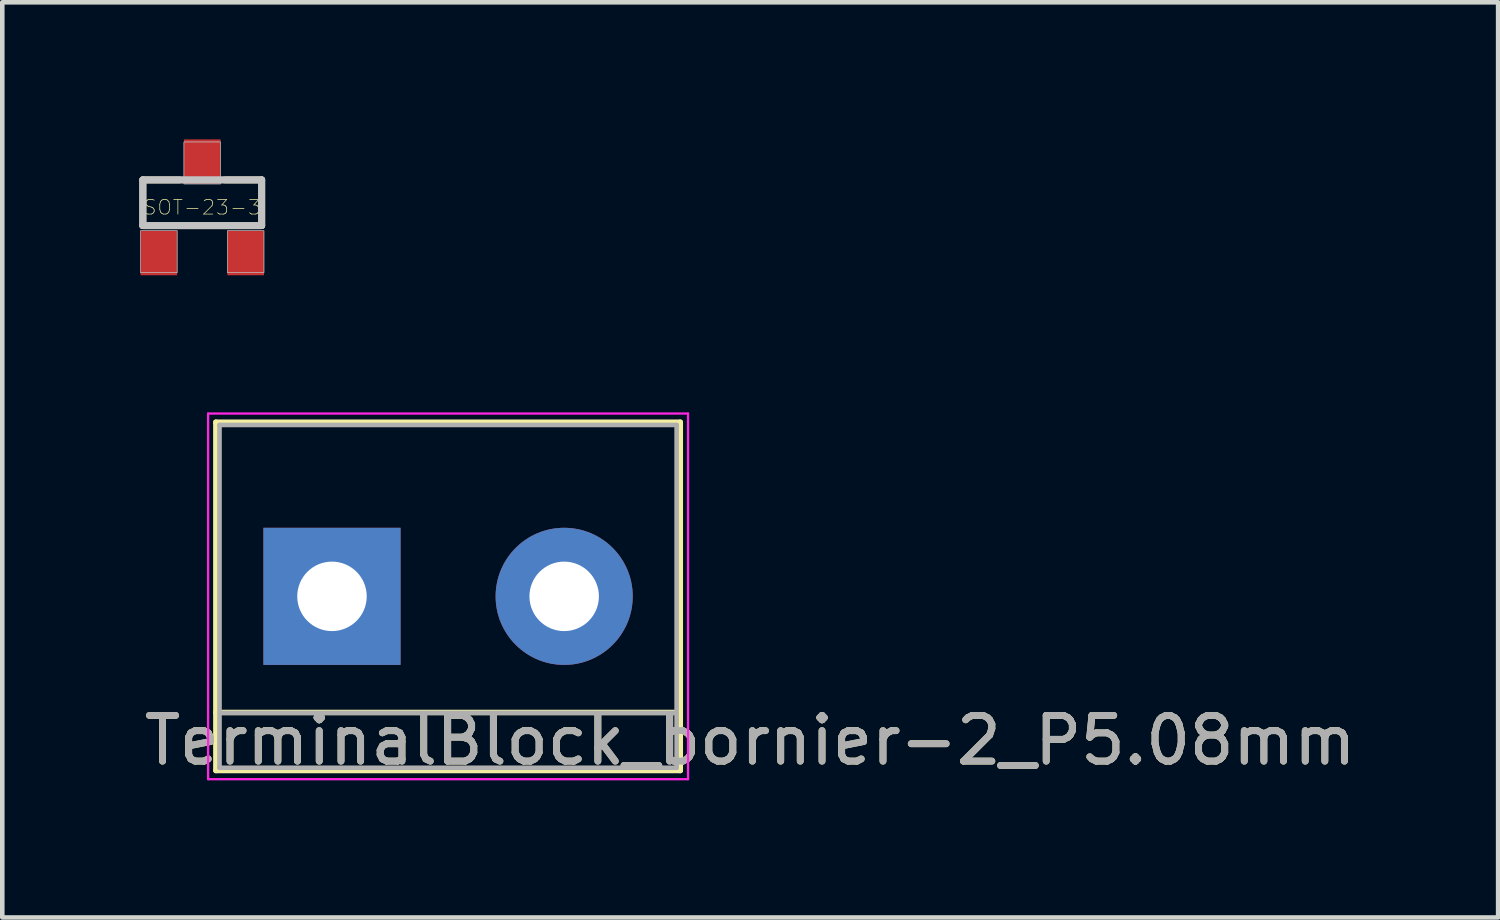
<source format=kicad_pcb>
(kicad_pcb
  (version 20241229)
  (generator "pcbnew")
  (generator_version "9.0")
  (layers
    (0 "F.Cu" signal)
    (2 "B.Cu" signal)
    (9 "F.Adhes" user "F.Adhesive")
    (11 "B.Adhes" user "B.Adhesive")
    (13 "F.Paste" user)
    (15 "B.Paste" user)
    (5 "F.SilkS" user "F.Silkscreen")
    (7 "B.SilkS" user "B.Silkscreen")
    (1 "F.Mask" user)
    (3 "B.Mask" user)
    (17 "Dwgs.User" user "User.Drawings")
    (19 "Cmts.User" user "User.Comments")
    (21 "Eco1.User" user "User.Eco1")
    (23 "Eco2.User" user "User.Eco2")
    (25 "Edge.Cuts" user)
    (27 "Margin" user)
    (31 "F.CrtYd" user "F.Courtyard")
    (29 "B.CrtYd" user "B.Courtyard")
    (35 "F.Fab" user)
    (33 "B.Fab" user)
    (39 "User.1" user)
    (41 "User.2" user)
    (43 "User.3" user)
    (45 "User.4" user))
  (footprint "TerminalBlock_bornier-2_P5.08mm"
    (layer "F.Cu")
    (at 4.213 9.997)
    (property "Reference" "TerminalBlock_bornier-2_P5.08mm" (at 9.15 3.15 0) (layer "F.SilkS") (effects (font (size 1 1) (thickness 0.15))))
    (attr through_hole)
    (fp_line (start -2.54 -3.81) (end -2.54 3.81) (stroke (width 0.12) (type solid)) (layer "F.SilkS"))
    (fp_line (start -2.54 3.81) (end 7.62 3.81) (stroke (width 0.12) (type solid)) (layer "F.SilkS"))
    (fp_line (start 7.62 -3.81) (end -2.54 -3.81) (stroke (width 0.12) (type solid)) (layer "F.SilkS"))
    (fp_line (start 7.62 2.54) (end -2.54 2.54) (stroke (width 0.12) (type solid)) (layer "F.SilkS"))
    (fp_line (start 7.62 3.81) (end 7.62 -3.81) (stroke (width 0.12) (type solid)) (layer "F.SilkS"))
    (fp_line (start -2.71 -4) (end -2.71 4) (stroke (width 0.05) (type solid)) (layer "F.CrtYd"))
    (fp_line (start -2.71 -4) (end 7.79 -4) (stroke (width 0.05) (type solid)) (layer "F.CrtYd"))
    (fp_line (start 7.79 4) (end -2.71 4) (stroke (width 0.05) (type solid)) (layer "F.CrtYd"))
    (fp_line (start 7.79 4) (end 7.79 -4) (stroke (width 0.05) (type solid)) (layer "F.CrtYd"))
    (fp_line (start -2.46 -3.75) (end -2.46 3.75) (stroke (width 0.1) (type solid)) (layer "F.Fab"))
    (fp_line (start -2.46 3.75) (end 7.54 3.75) (stroke (width 0.1) (type solid)) (layer "F.Fab"))
    (fp_line (start -2.41 2.55) (end 7.49 2.55) (stroke (width 0.1) (type solid)) (layer "F.Fab"))
    (fp_line (start 7.54 -3.75) (end -2.46 -3.75) (stroke (width 0.1) (type solid)) (layer "F.Fab"))
    (fp_line (start 7.54 3.75) (end 7.54 -3.75) (stroke (width 0.1) (type solid)) (layer "F.Fab"))
    (fp_text user "${REFERENCE}" (at 9.15 3.15 0) (layer "F.Fab") (effects (font (size 1 1) (thickness 0.15))))
    (pad "1" thru_hole rect (at 0 0) (size 3 3) (drill 1.52) (layers "*.Cu" "*.Mask"))
    (pad "2" thru_hole circle (at 5.08 0) (size 3 3) (drill 1.52) (layers "*.Cu" "*.Mask")))
  (footprint "SOT-23-3"
    (layer "F.Cu")
    (at 1.375 1.486)
    (property "Reference" "SOT-23-3" (at 0 0 0) (layer "F.SilkS") (effects (font (size 0.32 0.32) (thickness 0.015))))
    (attr through_hole)
    (fp_line (start -1.3 -0.6) (end -1.3 0.4) (stroke (width 0.15) (type solid)) (layer "F.SilkS"))
    (fp_line (start -1.3 0.4) (end 1.3 0.4) (stroke (width 0.15) (type solid)) (layer "F.SilkS"))
    (fp_line (start -0.5 -0.6) (end -1.3 -0.6) (stroke (width 0.15) (type solid)) (layer "F.SilkS"))
    (fp_line (start 1.3 -0.6) (end 0.5 -0.6) (stroke (width 0.15) (type solid)) (layer "F.SilkS"))
    (fp_line (start 1.3 0.4) (end 1.3 -0.6) (stroke (width 0.15) (type solid)) (layer "F.SilkS"))
    (fp_line (start -1.3 -0.6) (end -1.3 0.4) (stroke (width 0.15) (type solid)) (layer "Dwgs.User"))
    (fp_line (start -1.3 -0.6) (end 1.3 -0.6) (stroke (width 0.15) (type solid)) (layer "Dwgs.User"))
    (fp_line (start -1.3 0.4) (end 1.3 0.4) (stroke (width 0.15) (type solid)) (layer "Dwgs.User"))
    (fp_line (start 1.3 0.4) (end 1.3 -0.6) (stroke (width 0.15) (type solid)) (layer "Dwgs.User"))
    (fp_poly (pts (xy -1.351 0.51) (xy -0.55 0.51) (xy -0.55 1.431) (xy -1.351 1.431)) (stroke (width 0.01) (type solid)) (fill no) (layer "Dwgs.User"))
    (fp_poly (pts (xy -0.401 -1.43) (xy 0.4 -1.43) (xy 0.4 -0.511) (xy -0.401 -0.511)) (stroke (width 0.01) (type solid)) (fill no) (layer "Dwgs.User"))
    (fp_poly (pts (xy 0.551 0.51) (xy 1.35 0.51) (xy 1.35 1.432) (xy 0.551 1.432)) (stroke (width 0.01) (type solid)) (fill no) (layer "Dwgs.User"))
    (fp_line (start -1.3 -0.6) (end -1.3 0.4) (stroke (width 0.15) (type solid)) (layer "F.Fab"))
    (fp_line (start -1.3 -0.6) (end 1.3 -0.6) (stroke (width 0.15) (type solid)) (layer "F.Fab"))
    (fp_line (start -1.3 0.4) (end 1.3 0.4) (stroke (width 0.15) (type solid)) (layer "F.Fab"))
    (fp_line (start 1.3 0.4) (end 1.3 -0.6) (stroke (width 0.15) (type solid)) (layer "F.Fab"))
    (fp_poly (pts (xy -1.351 0.51) (xy -0.55 0.51) (xy -0.55 1.431) (xy -1.351 1.431)) (stroke (width 0.01) (type solid)) (fill no) (layer "F.Fab"))
    (fp_poly (pts (xy -0.401 -1.43) (xy 0.4 -1.43) (xy 0.4 -0.511) (xy -0.401 -0.511)) (stroke (width 0.01) (type solid)) (fill no) (layer "F.Fab"))
    (fp_poly (pts (xy 0.551 0.51) (xy 1.35 0.51) (xy 1.35 1.432) (xy 0.551 1.432)) (stroke (width 0.01) (type solid)) (fill no) (layer "F.Fab"))
    (pad "1" smd rect (at -0.95 1) (size 0.802 0.972) (layers "F.Cu" "F.Mask" "F.Paste"))
    (pad "2" smd rect (at 0.95 1) (size 0.802 0.972) (layers "F.Cu" "F.Mask" "F.Paste"))
    (pad "3" smd rect (at 0 -1) (size 0.802 0.972) (layers "F.Cu" "F.Mask" "F.Paste")))
  (gr_rect
    (start -3 -3)
    (end 29.726 17.022)
    (stroke (width 0.1) (type default))
    (fill no)
    (layer "Edge.Cuts")))
</source>
